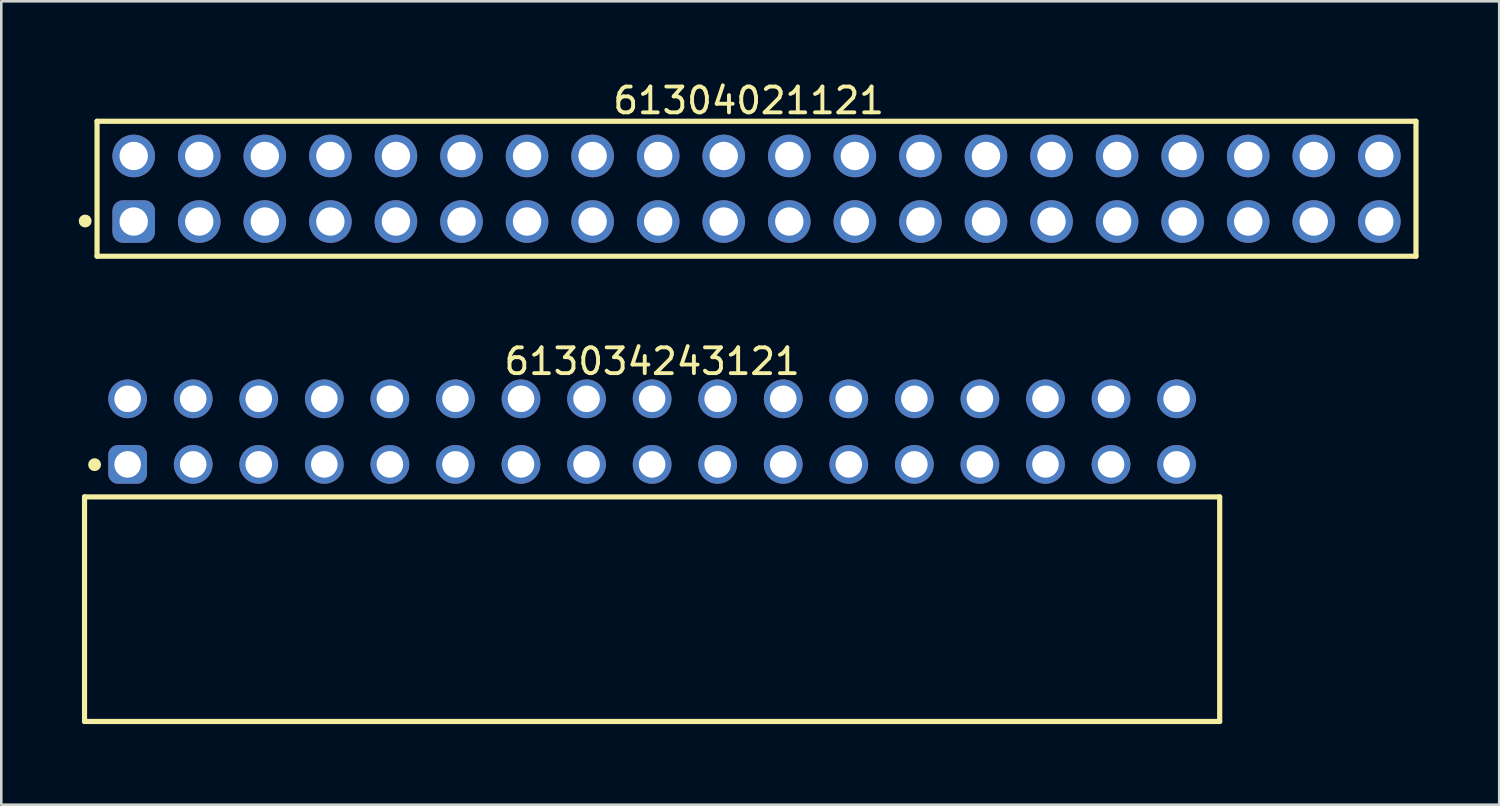
<source format=kicad_pcb>
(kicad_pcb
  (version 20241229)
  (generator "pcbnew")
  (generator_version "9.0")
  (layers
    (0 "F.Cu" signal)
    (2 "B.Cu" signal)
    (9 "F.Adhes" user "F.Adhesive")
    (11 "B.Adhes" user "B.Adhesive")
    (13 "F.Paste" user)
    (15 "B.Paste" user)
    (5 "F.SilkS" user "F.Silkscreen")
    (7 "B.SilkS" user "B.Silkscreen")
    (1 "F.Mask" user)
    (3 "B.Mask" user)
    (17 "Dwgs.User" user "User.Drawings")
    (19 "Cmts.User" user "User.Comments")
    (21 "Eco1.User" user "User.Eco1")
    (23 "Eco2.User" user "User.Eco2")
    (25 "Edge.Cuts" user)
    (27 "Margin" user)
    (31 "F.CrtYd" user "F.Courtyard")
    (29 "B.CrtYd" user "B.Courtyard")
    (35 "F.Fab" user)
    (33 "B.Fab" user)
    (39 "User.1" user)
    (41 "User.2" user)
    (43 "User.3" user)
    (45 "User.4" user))
  (footprint "613034243121"
    (layer "F.Cu")
    (at 22.215 20.552)
    (property "Reference" "613034243121" (at 0 -9.6 0) (layer "F.SilkS") (effects (font (size 1 1) (thickness 0.15))))
    (fp_line (start -21.99 -4.35) (end 21.99 -4.35) (stroke (width 0.2) (type solid)) (layer "F.SilkS"))
    (fp_line (start -21.99 4.35) (end -21.99 -4.35) (stroke (width 0.2) (type solid)) (layer "F.SilkS"))
    (fp_line (start -21.99 4.35) (end 21.99 4.35) (stroke (width 0.2) (type solid)) (layer "F.SilkS"))
    (fp_line (start 21.99 4.35) (end 21.99 -4.35) (stroke (width 0.2) (type solid)) (layer "F.SilkS"))
    (fp_circle (center -21.6 -5.6) (end -21.6 -5.725) (stroke (width 0.25) (type solid)) (fill no) (layer "F.SilkS"))
    (fp_line (start -22.19 -9.1) (end 22.19 -9.1) (stroke (width 0.05) (type solid)) (layer "Eco2.User"))
    (fp_line (start -22.19 4.55) (end -22.19 -9.1) (stroke (width 0.05) (type solid)) (layer "Eco2.User"))
    (fp_line (start -22.19 4.55) (end 22.19 4.55) (stroke (width 0.05) (type solid)) (layer "Eco2.User"))
    (fp_line (start -21.84 -4.25) (end 21.84 -4.25) (stroke (width 0.1) (type solid)) (layer "Eco2.User"))
    (fp_line (start -21.84 4.25) (end -21.84 -4.25) (stroke (width 0.1) (type solid)) (layer "Eco2.User"))
    (fp_line (start -21.84 4.25) (end 21.84 4.25) (stroke (width 0.1) (type solid)) (layer "Eco2.User"))
    (fp_line (start -20.69 -8.35) (end -19.95 -8.35) (stroke (width 0.1) (type solid)) (layer "Eco2.User"))
    (fp_line (start -20.69 -5.81) (end -19.95 -5.81) (stroke (width 0.1) (type solid)) (layer "Eco2.User"))
    (fp_line (start -20.69 -4.25) (end -20.69 -8.35) (stroke (width 0.1) (type solid)) (layer "Eco2.User"))
    (fp_line (start -19.95 -4.25) (end -19.95 -8.35) (stroke (width 0.1) (type solid)) (layer "Eco2.User"))
    (fp_line (start -18.15 -8.35) (end -17.41 -8.35) (stroke (width 0.1) (type solid)) (layer "Eco2.User"))
    (fp_line (start -18.15 -5.81) (end -17.41 -5.81) (stroke (width 0.1) (type solid)) (layer "Eco2.User"))
    (fp_line (start -18.15 -4.25) (end -18.15 -8.35) (stroke (width 0.1) (type solid)) (layer "Eco2.User"))
    (fp_line (start -17.41 -4.25) (end -17.41 -8.35) (stroke (width 0.1) (type solid)) (layer "Eco2.User"))
    (fp_line (start -15.61 -8.35) (end -14.87 -8.35) (stroke (width 0.1) (type solid)) (layer "Eco2.User"))
    (fp_line (start -15.61 -5.81) (end -14.87 -5.81) (stroke (width 0.1) (type solid)) (layer "Eco2.User"))
    (fp_line (start -15.61 -4.25) (end -15.61 -8.35) (stroke (width 0.1) (type solid)) (layer "Eco2.User"))
    (fp_line (start -14.87 -4.25) (end -14.87 -8.35) (stroke (width 0.1) (type solid)) (layer "Eco2.User"))
    (fp_line (start -13.07 -8.35) (end -12.33 -8.35) (stroke (width 0.1) (type solid)) (layer "Eco2.User"))
    (fp_line (start -13.07 -5.81) (end -12.33 -5.81) (stroke (width 0.1) (type solid)) (layer "Eco2.User"))
    (fp_line (start -13.07 -4.25) (end -13.07 -8.35) (stroke (width 0.1) (type solid)) (layer "Eco2.User"))
    (fp_line (start -12.33 -4.25) (end -12.33 -8.35) (stroke (width 0.1) (type solid)) (layer "Eco2.User"))
    (fp_line (start -10.53 -8.35) (end -9.79 -8.35) (stroke (width 0.1) (type solid)) (layer "Eco2.User"))
    (fp_line (start -10.53 -5.81) (end -9.79 -5.81) (stroke (width 0.1) (type solid)) (layer "Eco2.User"))
    (fp_line (start -10.53 -4.25) (end -10.53 -8.35) (stroke (width 0.1) (type solid)) (layer "Eco2.User"))
    (fp_line (start -9.79 -4.25) (end -9.79 -8.35) (stroke (width 0.1) (type solid)) (layer "Eco2.User"))
    (fp_line (start -7.99 -8.35) (end -7.25 -8.35) (stroke (width 0.1) (type solid)) (layer "Eco2.User"))
    (fp_line (start -7.99 -5.81) (end -7.25 -5.81) (stroke (width 0.1) (type solid)) (layer "Eco2.User"))
    (fp_line (start -7.99 -4.25) (end -7.99 -8.35) (stroke (width 0.1) (type solid)) (layer "Eco2.User"))
    (fp_line (start -7.25 -4.25) (end -7.25 -8.35) (stroke (width 0.1) (type solid)) (layer "Eco2.User"))
    (fp_line (start -5.45 -8.35) (end -4.71 -8.35) (stroke (width 0.1) (type solid)) (layer "Eco2.User"))
    (fp_line (start -5.45 -5.81) (end -4.71 -5.81) (stroke (width 0.1) (type solid)) (layer "Eco2.User"))
    (fp_line (start -5.45 -4.25) (end -5.45 -8.35) (stroke (width 0.1) (type solid)) (layer "Eco2.User"))
    (fp_line (start -4.71 -4.25) (end -4.71 -8.35) (stroke (width 0.1) (type solid)) (layer "Eco2.User"))
    (fp_line (start -2.91 -8.35) (end -2.17 -8.35) (stroke (width 0.1) (type solid)) (layer "Eco2.User"))
    (fp_line (start -2.91 -5.81) (end -2.17 -5.81) (stroke (width 0.1) (type solid)) (layer "Eco2.User"))
    (fp_line (start -2.91 -4.25) (end -2.91 -8.35) (stroke (width 0.1) (type solid)) (layer "Eco2.User"))
    (fp_line (start -2.17 -4.25) (end -2.17 -8.35) (stroke (width 0.1) (type solid)) (layer "Eco2.User"))
    (fp_line (start -0.5 0) (end 0.5 0) (stroke (width 0.05) (type solid)) (layer "Eco2.User"))
    (fp_line (start -0.37 -8.35) (end 0.37 -8.35) (stroke (width 0.1) (type solid)) (layer "Eco2.User"))
    (fp_line (start -0.37 -5.81) (end 0.37 -5.81) (stroke (width 0.1) (type solid)) (layer "Eco2.User"))
    (fp_line (start -0.37 -4.25) (end -0.37 -8.35) (stroke (width 0.1) (type solid)) (layer "Eco2.User"))
    (fp_line (start 0 0.5) (end 0 -0.5) (stroke (width 0.05) (type solid)) (layer "Eco2.User"))
    (fp_line (start 0.37 -4.25) (end 0.37 -8.35) (stroke (width 0.1) (type solid)) (layer "Eco2.User"))
    (fp_line (start 2.17 -8.35) (end 2.91 -8.35) (stroke (width 0.1) (type solid)) (layer "Eco2.User"))
    (fp_line (start 2.17 -5.81) (end 2.91 -5.81) (stroke (width 0.1) (type solid)) (layer "Eco2.User"))
    (fp_line (start 2.17 -4.25) (end 2.17 -8.35) (stroke (width 0.1) (type solid)) (layer "Eco2.User"))
    (fp_line (start 2.91 -4.25) (end 2.91 -8.35) (stroke (width 0.1) (type solid)) (layer "Eco2.User"))
    (fp_line (start 4.71 -8.35) (end 5.45 -8.35) (stroke (width 0.1) (type solid)) (layer "Eco2.User"))
    (fp_line (start 4.71 -5.81) (end 5.45 -5.81) (stroke (width 0.1) (type solid)) (layer "Eco2.User"))
    (fp_line (start 4.71 -4.25) (end 4.71 -8.35) (stroke (width 0.1) (type solid)) (layer "Eco2.User"))
    (fp_line (start 5.45 -4.25) (end 5.45 -8.35) (stroke (width 0.1) (type solid)) (layer "Eco2.User"))
    (fp_line (start 7.25 -8.35) (end 7.99 -8.35) (stroke (width 0.1) (type solid)) (layer "Eco2.User"))
    (fp_line (start 7.25 -5.81) (end 7.99 -5.81) (stroke (width 0.1) (type solid)) (layer "Eco2.User"))
    (fp_line (start 7.25 -4.25) (end 7.25 -8.35) (stroke (width 0.1) (type solid)) (layer "Eco2.User"))
    (fp_line (start 7.99 -4.25) (end 7.99 -8.35) (stroke (width 0.1) (type solid)) (layer "Eco2.User"))
    (fp_line (start 9.79 -8.35) (end 10.53 -8.35) (stroke (width 0.1) (type solid)) (layer "Eco2.User"))
    (fp_line (start 9.79 -5.81) (end 10.53 -5.81) (stroke (width 0.1) (type solid)) (layer "Eco2.User"))
    (fp_line (start 9.79 -4.25) (end 9.79 -8.35) (stroke (width 0.1) (type solid)) (layer "Eco2.User"))
    (fp_line (start 10.53 -4.25) (end 10.53 -8.35) (stroke (width 0.1) (type solid)) (layer "Eco2.User"))
    (fp_line (start 12.33 -8.35) (end 13.07 -8.35) (stroke (width 0.1) (type solid)) (layer "Eco2.User"))
    (fp_line (start 12.33 -5.81) (end 13.07 -5.81) (stroke (width 0.1) (type solid)) (layer "Eco2.User"))
    (fp_line (start 12.33 -4.25) (end 12.33 -8.35) (stroke (width 0.1) (type solid)) (layer "Eco2.User"))
    (fp_line (start 13.07 -4.25) (end 13.07 -8.35) (stroke (width 0.1) (type solid)) (layer "Eco2.User"))
    (fp_line (start 14.87 -8.35) (end 15.61 -8.35) (stroke (width 0.1) (type solid)) (layer "Eco2.User"))
    (fp_line (start 14.87 -5.81) (end 15.61 -5.81) (stroke (width 0.1) (type solid)) (layer "Eco2.User"))
    (fp_line (start 14.87 -4.25) (end 14.87 -8.35) (stroke (width 0.1) (type solid)) (layer "Eco2.User"))
    (fp_line (start 15.61 -4.25) (end 15.61 -8.35) (stroke (width 0.1) (type solid)) (layer "Eco2.User"))
    (fp_line (start 17.41 -8.35) (end 18.15 -8.35) (stroke (width 0.1) (type solid)) (layer "Eco2.User"))
    (fp_line (start 17.41 -5.81) (end 18.15 -5.81) (stroke (width 0.1) (type solid)) (layer "Eco2.User"))
    (fp_line (start 17.41 -4.25) (end 17.41 -8.35) (stroke (width 0.1) (type solid)) (layer "Eco2.User"))
    (fp_line (start 18.15 -4.25) (end 18.15 -8.35) (stroke (width 0.1) (type solid)) (layer "Eco2.User"))
    (fp_line (start 19.95 -8.35) (end 20.69 -8.35) (stroke (width 0.1) (type solid)) (layer "Eco2.User"))
    (fp_line (start 19.95 -5.81) (end 20.69 -5.81) (stroke (width 0.1) (type solid)) (layer "Eco2.User"))
    (fp_line (start 19.95 -4.25) (end 19.95 -8.35) (stroke (width 0.1) (type solid)) (layer "Eco2.User"))
    (fp_line (start 20.69 -4.25) (end 20.69 -8.35) (stroke (width 0.1) (type solid)) (layer "Eco2.User"))
    (fp_line (start 21.84 4.25) (end 21.84 -4.25) (stroke (width 0.1) (type solid)) (layer "Eco2.User"))
    (fp_line (start 22.19 4.55) (end 22.19 -9.1) (stroke (width 0.05) (type solid)) (layer "Eco2.User"))
    (fp_text user "${REFERENCE}" (at 0.15 -0.197 0) (unlocked yes) (layer "User.3") (effects (font (size 1.5 1.5) (thickness 0.15))))
    (pad "1" thru_hole roundrect (at -20.32 -5.61) (size 1.5 1.5) (drill 1.03) (layers "*.Cu" "*.Mask") (roundrect_rratio 0.25))
    (pad "2" thru_hole circle (at -20.32 -8.15) (size 1.5 1.5) (drill 1.03) (layers "*.Cu" "*.Mask"))
    (pad "3" thru_hole circle (at -17.78 -5.61) (size 1.5 1.5) (drill 1.03) (layers "*.Cu" "*.Mask"))
    (pad "4" thru_hole circle (at -17.78 -8.15) (size 1.5 1.5) (drill 1.03) (layers "*.Cu" "*.Mask"))
    (pad "5" thru_hole circle (at -15.24 -5.61) (size 1.5 1.5) (drill 1.03) (layers "*.Cu" "*.Mask"))
    (pad "6" thru_hole circle (at -15.24 -8.15) (size 1.5 1.5) (drill 1.03) (layers "*.Cu" "*.Mask"))
    (pad "7" thru_hole circle (at -12.7 -5.61) (size 1.5 1.5) (drill 1.03) (layers "*.Cu" "*.Mask"))
    (pad "8" thru_hole circle (at -12.7 -8.15) (size 1.5 1.5) (drill 1.03) (layers "*.Cu" "*.Mask"))
    (pad "9" thru_hole circle (at -10.16 -5.61) (size 1.5 1.5) (drill 1.03) (layers "*.Cu" "*.Mask"))
    (pad "10" thru_hole circle (at -10.16 -8.15) (size 1.5 1.5) (drill 1.03) (layers "*.Cu" "*.Mask"))
    (pad "11" thru_hole circle (at -7.62 -5.61) (size 1.5 1.5) (drill 1.03) (layers "*.Cu" "*.Mask"))
    (pad "12" thru_hole circle (at -7.62 -8.15) (size 1.5 1.5) (drill 1.03) (layers "*.Cu" "*.Mask"))
    (pad "13" thru_hole circle (at -5.08 -5.61) (size 1.5 1.5) (drill 1.03) (layers "*.Cu" "*.Mask"))
    (pad "14" thru_hole circle (at -5.08 -8.15) (size 1.5 1.5) (drill 1.03) (layers "*.Cu" "*.Mask"))
    (pad "15" thru_hole circle (at -2.54 -5.61) (size 1.5 1.5) (drill 1.03) (layers "*.Cu" "*.Mask"))
    (pad "16" thru_hole circle (at -2.54 -8.15) (size 1.5 1.5) (drill 1.03) (layers "*.Cu" "*.Mask"))
    (pad "17" thru_hole circle (at 0 -5.61) (size 1.5 1.5) (drill 1.03) (layers "*.Cu" "*.Mask"))
    (pad "18" thru_hole circle (at 0 -8.15) (size 1.5 1.5) (drill 1.03) (layers "*.Cu" "*.Mask"))
    (pad "19" thru_hole circle (at 2.54 -5.61) (size 1.5 1.5) (drill 1.03) (layers "*.Cu" "*.Mask"))
    (pad "20" thru_hole circle (at 2.54 -8.15) (size 1.5 1.5) (drill 1.03) (layers "*.Cu" "*.Mask"))
    (pad "21" thru_hole circle (at 5.08 -5.61) (size 1.5 1.5) (drill 1.03) (layers "*.Cu" "*.Mask"))
    (pad "22" thru_hole circle (at 5.08 -8.15) (size 1.5 1.5) (drill 1.03) (layers "*.Cu" "*.Mask"))
    (pad "23" thru_hole circle (at 7.62 -5.61) (size 1.5 1.5) (drill 1.03) (layers "*.Cu" "*.Mask"))
    (pad "24" thru_hole circle (at 7.62 -8.15) (size 1.5 1.5) (drill 1.03) (layers "*.Cu" "*.Mask"))
    (pad "25" thru_hole circle (at 10.16 -5.61) (size 1.5 1.5) (drill 1.03) (layers "*.Cu" "*.Mask"))
    (pad "26" thru_hole circle (at 10.16 -8.15) (size 1.5 1.5) (drill 1.03) (layers "*.Cu" "*.Mask"))
    (pad "27" thru_hole circle (at 12.7 -5.61) (size 1.5 1.5) (drill 1.03) (layers "*.Cu" "*.Mask"))
    (pad "28" thru_hole circle (at 12.7 -8.15) (size 1.5 1.5) (drill 1.03) (layers "*.Cu" "*.Mask"))
    (pad "29" thru_hole circle (at 15.24 -5.61) (size 1.5 1.5) (drill 1.03) (layers "*.Cu" "*.Mask"))
    (pad "30" thru_hole circle (at 15.24 -8.15) (size 1.5 1.5) (drill 1.03) (layers "*.Cu" "*.Mask"))
    (pad "31" thru_hole circle (at 17.78 -5.61) (size 1.5 1.5) (drill 1.03) (layers "*.Cu" "*.Mask"))
    (pad "32" thru_hole circle (at 17.78 -8.15) (size 1.5 1.5) (drill 1.03) (layers "*.Cu" "*.Mask"))
    (pad "33" thru_hole circle (at 20.32 -5.61) (size 1.5 1.5) (drill 1.03) (layers "*.Cu" "*.Mask"))
    (pad "34" thru_hole circle (at 20.32 -8.15) (size 1.5 1.5) (drill 1.03) (layers "*.Cu" "*.Mask")))
  (footprint "61304021121"
    (layer "F.Cu")
    (at 26.26 4.263)
    (property "Reference" "61304021121" (at -0.305 -3.415 0) (layer "F.SilkS") (effects (font (size 1 1) (thickness 0.15))))
    (fp_line (start -25.55 -2.615) (end 25.55 -2.615) (stroke (width 0.2) (type solid)) (layer "F.SilkS"))
    (fp_line (start -25.55 2.615) (end -25.55 -2.615) (stroke (width 0.2) (type solid)) (layer "F.SilkS"))
    (fp_line (start -25.55 2.615) (end 25.55 2.615) (stroke (width 0.2) (type solid)) (layer "F.SilkS"))
    (fp_line (start 25.55 2.615) (end 25.55 -2.615) (stroke (width 0.2) (type solid)) (layer "F.SilkS"))
    (fp_circle (center -26.01 1.25) (end -26.01 1.125) (stroke (width 0.25) (type solid)) (fill no) (layer "F.SilkS"))
    (fp_line (start -25.75 -2.815) (end 25.75 -2.815) (stroke (width 0.05) (type solid)) (layer "Eco2.User"))
    (fp_line (start -25.75 2.815) (end -25.75 -2.815) (stroke (width 0.05) (type solid)) (layer "Eco2.User"))
    (fp_line (start -25.75 2.815) (end 25.75 2.815) (stroke (width 0.05) (type solid)) (layer "Eco2.User"))
    (fp_line (start -25.4 -2.54) (end 25.4 -2.54) (stroke (width 0.1) (type solid)) (layer "Eco2.User"))
    (fp_line (start -25.4 2.54) (end -25.4 -2.54) (stroke (width 0.1) (type solid)) (layer "Eco2.User"))
    (fp_line (start -25.4 2.54) (end 25.4 2.54) (stroke (width 0.1) (type solid)) (layer "Eco2.User"))
    (fp_line (start -0.5 0) (end 0.5 0) (stroke (width 0.05) (type solid)) (layer "Eco2.User"))
    (fp_line (start 0 0.5) (end 0 -0.5) (stroke (width 0.05) (type solid)) (layer "Eco2.User"))
    (fp_line (start 25.4 2.54) (end 25.4 -2.54) (stroke (width 0.1) (type solid)) (layer "Eco2.User"))
    (fp_line (start 25.75 2.815) (end 25.75 -2.815) (stroke (width 0.05) (type solid)) (layer "Eco2.User"))
    (fp_text user "${REFERENCE}" (at 0.15 -0.197 0) (unlocked yes) (layer "User.3") (effects (font (size 1.5 1.5) (thickness 0.15))))
    (pad "1" thru_hole roundrect (at -24.13 1.27) (size 1.65 1.65) (drill 1.1) (layers "*.Cu" "*.Mask") (roundrect_rratio 0.25))
    (pad "2" thru_hole circle (at -24.13 -1.27) (size 1.65 1.65) (drill 1.1) (layers "*.Cu" "*.Mask"))
    (pad "3" thru_hole circle (at -21.59 1.27) (size 1.65 1.65) (drill 1.1) (layers "*.Cu" "*.Mask"))
    (pad "4" thru_hole circle (at -21.59 -1.27) (size 1.65 1.65) (drill 1.1) (layers "*.Cu" "*.Mask"))
    (pad "5" thru_hole circle (at -19.05 1.27) (size 1.65 1.65) (drill 1.1) (layers "*.Cu" "*.Mask"))
    (pad "6" thru_hole circle (at -19.05 -1.27) (size 1.65 1.65) (drill 1.1) (layers "*.Cu" "*.Mask"))
    (pad "7" thru_hole circle (at -16.51 1.27) (size 1.65 1.65) (drill 1.1) (layers "*.Cu" "*.Mask"))
    (pad "8" thru_hole circle (at -16.51 -1.27) (size 1.65 1.65) (drill 1.1) (layers "*.Cu" "*.Mask"))
    (pad "9" thru_hole circle (at -13.97 1.27) (size 1.65 1.65) (drill 1.1) (layers "*.Cu" "*.Mask"))
    (pad "10" thru_hole circle (at -13.97 -1.27) (size 1.65 1.65) (drill 1.1) (layers "*.Cu" "*.Mask"))
    (pad "11" thru_hole circle (at -11.43 1.27) (size 1.65 1.65) (drill 1.1) (layers "*.Cu" "*.Mask"))
    (pad "12" thru_hole circle (at -11.43 -1.27) (size 1.65 1.65) (drill 1.1) (layers "*.Cu" "*.Mask"))
    (pad "13" thru_hole circle (at -8.89 1.27) (size 1.65 1.65) (drill 1.1) (layers "*.Cu" "*.Mask"))
    (pad "14" thru_hole circle (at -8.89 -1.27) (size 1.65 1.65) (drill 1.1) (layers "*.Cu" "*.Mask"))
    (pad "15" thru_hole circle (at -6.35 1.27) (size 1.65 1.65) (drill 1.1) (layers "*.Cu" "*.Mask"))
    (pad "16" thru_hole circle (at -6.35 -1.27) (size 1.65 1.65) (drill 1.1) (layers "*.Cu" "*.Mask"))
    (pad "17" thru_hole circle (at -3.81 1.27) (size 1.65 1.65) (drill 1.1) (layers "*.Cu" "*.Mask"))
    (pad "18" thru_hole circle (at -3.81 -1.27) (size 1.65 1.65) (drill 1.1) (layers "*.Cu" "*.Mask"))
    (pad "19" thru_hole circle (at -1.27 1.27) (size 1.65 1.65) (drill 1.1) (layers "*.Cu" "*.Mask"))
    (pad "20" thru_hole circle (at -1.27 -1.27) (size 1.65 1.65) (drill 1.1) (layers "*.Cu" "*.Mask"))
    (pad "21" thru_hole circle (at 1.27 1.27) (size 1.65 1.65) (drill 1.1) (layers "*.Cu" "*.Mask"))
    (pad "22" thru_hole circle (at 1.27 -1.27) (size 1.65 1.65) (drill 1.1) (layers "*.Cu" "*.Mask"))
    (pad "23" thru_hole circle (at 3.81 1.27) (size 1.65 1.65) (drill 1.1) (layers "*.Cu" "*.Mask"))
    (pad "24" thru_hole circle (at 3.81 -1.27) (size 1.65 1.65) (drill 1.1) (layers "*.Cu" "*.Mask"))
    (pad "25" thru_hole circle (at 6.35 1.27) (size 1.65 1.65) (drill 1.1) (layers "*.Cu" "*.Mask"))
    (pad "26" thru_hole circle (at 6.35 -1.27) (size 1.65 1.65) (drill 1.1) (layers "*.Cu" "*.Mask"))
    (pad "27" thru_hole circle (at 8.89 1.27) (size 1.65 1.65) (drill 1.1) (layers "*.Cu" "*.Mask"))
    (pad "28" thru_hole circle (at 8.89 -1.27) (size 1.65 1.65) (drill 1.1) (layers "*.Cu" "*.Mask"))
    (pad "29" thru_hole circle (at 11.43 1.27) (size 1.65 1.65) (drill 1.1) (layers "*.Cu" "*.Mask"))
    (pad "30" thru_hole circle (at 11.43 -1.27) (size 1.65 1.65) (drill 1.1) (layers "*.Cu" "*.Mask"))
    (pad "31" thru_hole circle (at 13.97 1.27) (size 1.65 1.65) (drill 1.1) (layers "*.Cu" "*.Mask"))
    (pad "32" thru_hole circle (at 13.97 -1.27) (size 1.65 1.65) (drill 1.1) (layers "*.Cu" "*.Mask"))
    (pad "33" thru_hole circle (at 16.51 1.27) (size 1.65 1.65) (drill 1.1) (layers "*.Cu" "*.Mask"))
    (pad "34" thru_hole circle (at 16.51 -1.27) (size 1.65 1.65) (drill 1.1) (layers "*.Cu" "*.Mask"))
    (pad "35" thru_hole circle (at 19.05 1.27) (size 1.65 1.65) (drill 1.1) (layers "*.Cu" "*.Mask"))
    (pad "36" thru_hole circle (at 19.05 -1.27) (size 1.65 1.65) (drill 1.1) (layers "*.Cu" "*.Mask"))
    (pad "37" thru_hole circle (at 21.59 1.27) (size 1.65 1.65) (drill 1.1) (layers "*.Cu" "*.Mask"))
    (pad "38" thru_hole circle (at 21.59 -1.27) (size 1.65 1.65) (drill 1.1) (layers "*.Cu" "*.Mask"))
    (pad "39" thru_hole circle (at 24.13 1.27) (size 1.65 1.65) (drill 1.1) (layers "*.Cu" "*.Mask"))
    (pad "40" thru_hole circle (at 24.13 -1.27) (size 1.65 1.65) (drill 1.1) (layers "*.Cu" "*.Mask")))
  (gr_rect
    (start -3 -3)
    (end 55.035 28.127)
    (stroke (width 0.1) (type default))
    (fill no)
    (layer "Edge.Cuts")))
</source>
